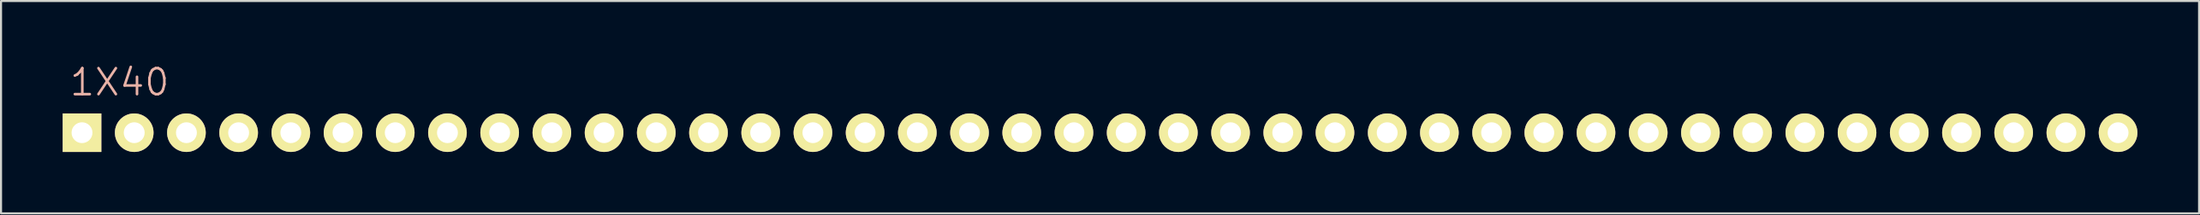
<source format=kicad_pcb>
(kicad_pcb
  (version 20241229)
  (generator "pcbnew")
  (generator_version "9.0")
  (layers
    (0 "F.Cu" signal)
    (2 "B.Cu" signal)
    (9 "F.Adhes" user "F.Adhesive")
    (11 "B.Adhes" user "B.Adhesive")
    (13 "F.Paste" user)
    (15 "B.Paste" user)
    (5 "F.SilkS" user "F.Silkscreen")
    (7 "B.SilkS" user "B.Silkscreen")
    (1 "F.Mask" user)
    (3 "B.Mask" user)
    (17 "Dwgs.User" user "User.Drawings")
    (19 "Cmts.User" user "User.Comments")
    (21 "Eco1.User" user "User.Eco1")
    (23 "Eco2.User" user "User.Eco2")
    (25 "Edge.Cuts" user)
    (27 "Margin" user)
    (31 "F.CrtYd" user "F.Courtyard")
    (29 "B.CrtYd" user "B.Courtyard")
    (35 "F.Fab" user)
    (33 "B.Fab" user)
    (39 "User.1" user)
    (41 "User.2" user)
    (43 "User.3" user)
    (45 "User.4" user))
  (footprint "1X40"
    (layer "F.Cu")
    (at 50.47 3.43)
    (property "Reference" "1X40" (at -47.701 -2.464 0) (layer "B.SilkS") (effects (font (size 1.27 1.27) (thickness 0.127))))
    (attr exclude_from_pos_files exclude_from_bom)
    (fp_line (start -49.784 -0.254) (end -49.276 -0.254) (stroke (width 0.066) (type solid)) (layer "F.SilkS"))
    (fp_line (start -49.784 0.254) (end -49.784 -0.254) (stroke (width 0.066) (type solid)) (layer "F.SilkS"))
    (fp_line (start -49.784 0.254) (end -49.276 0.254) (stroke (width 0.066) (type solid)) (layer "F.SilkS"))
    (fp_line (start -49.276 0.254) (end -49.276 -0.254) (stroke (width 0.066) (type solid)) (layer "F.SilkS"))
    (fp_line (start -47.244 -0.254) (end -46.736 -0.254) (stroke (width 0.066) (type solid)) (layer "F.SilkS"))
    (fp_line (start -47.244 0.254) (end -47.244 -0.254) (stroke (width 0.066) (type solid)) (layer "F.SilkS"))
    (fp_line (start -47.244 0.254) (end -46.736 0.254) (stroke (width 0.066) (type solid)) (layer "F.SilkS"))
    (fp_line (start -46.736 0.254) (end -46.736 -0.254) (stroke (width 0.066) (type solid)) (layer "F.SilkS"))
    (fp_line (start -44.704 -0.254) (end -44.196 -0.254) (stroke (width 0.066) (type solid)) (layer "F.SilkS"))
    (fp_line (start -44.704 0.254) (end -44.704 -0.254) (stroke (width 0.066) (type solid)) (layer "F.SilkS"))
    (fp_line (start -44.704 0.254) (end -44.196 0.254) (stroke (width 0.066) (type solid)) (layer "F.SilkS"))
    (fp_line (start -44.196 0.254) (end -44.196 -0.254) (stroke (width 0.066) (type solid)) (layer "F.SilkS"))
    (fp_line (start -42.164 -0.254) (end -41.656 -0.254) (stroke (width 0.066) (type solid)) (layer "F.SilkS"))
    (fp_line (start -42.164 0.254) (end -42.164 -0.254) (stroke (width 0.066) (type solid)) (layer "F.SilkS"))
    (fp_line (start -42.164 0.254) (end -41.656 0.254) (stroke (width 0.066) (type solid)) (layer "F.SilkS"))
    (fp_line (start -41.656 0.254) (end -41.656 -0.254) (stroke (width 0.066) (type solid)) (layer "F.SilkS"))
    (fp_line (start -39.624 -0.254) (end -39.116 -0.254) (stroke (width 0.066) (type solid)) (layer "F.SilkS"))
    (fp_line (start -39.624 0.254) (end -39.624 -0.254) (stroke (width 0.066) (type solid)) (layer "F.SilkS"))
    (fp_line (start -39.624 0.254) (end -39.116 0.254) (stroke (width 0.066) (type solid)) (layer "F.SilkS"))
    (fp_line (start -39.116 0.254) (end -39.116 -0.254) (stroke (width 0.066) (type solid)) (layer "F.SilkS"))
    (fp_line (start -37.084 -0.254) (end -36.576 -0.254) (stroke (width 0.066) (type solid)) (layer "F.SilkS"))
    (fp_line (start -37.084 0.254) (end -37.084 -0.254) (stroke (width 0.066) (type solid)) (layer "F.SilkS"))
    (fp_line (start -37.084 0.254) (end -36.576 0.254) (stroke (width 0.066) (type solid)) (layer "F.SilkS"))
    (fp_line (start -36.576 0.254) (end -36.576 -0.254) (stroke (width 0.066) (type solid)) (layer "F.SilkS"))
    (fp_line (start -34.544 -0.254) (end -34.036 -0.254) (stroke (width 0.066) (type solid)) (layer "F.SilkS"))
    (fp_line (start -34.544 0.254) (end -34.544 -0.254) (stroke (width 0.066) (type solid)) (layer "F.SilkS"))
    (fp_line (start -34.544 0.254) (end -34.036 0.254) (stroke (width 0.066) (type solid)) (layer "F.SilkS"))
    (fp_line (start -34.036 0.254) (end -34.036 -0.254) (stroke (width 0.066) (type solid)) (layer "F.SilkS"))
    (fp_line (start -32.004 -0.254) (end -31.496 -0.254) (stroke (width 0.066) (type solid)) (layer "F.SilkS"))
    (fp_line (start -32.004 0.254) (end -32.004 -0.254) (stroke (width 0.066) (type solid)) (layer "F.SilkS"))
    (fp_line (start -32.004 0.254) (end -31.496 0.254) (stroke (width 0.066) (type solid)) (layer "F.SilkS"))
    (fp_line (start -31.496 0.254) (end -31.496 -0.254) (stroke (width 0.066) (type solid)) (layer "F.SilkS"))
    (fp_line (start -29.464 -0.254) (end -28.953 -0.254) (stroke (width 0.066) (type solid)) (layer "F.SilkS"))
    (fp_line (start -29.464 0.254) (end -29.464 -0.254) (stroke (width 0.066) (type solid)) (layer "F.SilkS"))
    (fp_line (start -29.464 0.254) (end -28.953 0.254) (stroke (width 0.066) (type solid)) (layer "F.SilkS"))
    (fp_line (start -28.953 0.254) (end -28.953 -0.254) (stroke (width 0.066) (type solid)) (layer "F.SilkS"))
    (fp_line (start -26.924 -0.254) (end -26.416 -0.254) (stroke (width 0.066) (type solid)) (layer "F.SilkS"))
    (fp_line (start -26.924 0.254) (end -26.924 -0.254) (stroke (width 0.066) (type solid)) (layer "F.SilkS"))
    (fp_line (start -26.924 0.254) (end -26.416 0.254) (stroke (width 0.066) (type solid)) (layer "F.SilkS"))
    (fp_line (start -26.416 0.254) (end -26.416 -0.254) (stroke (width 0.066) (type solid)) (layer "F.SilkS"))
    (fp_line (start -24.384 -0.254) (end -23.876 -0.254) (stroke (width 0.066) (type solid)) (layer "F.SilkS"))
    (fp_line (start -24.384 0.254) (end -24.384 -0.254) (stroke (width 0.066) (type solid)) (layer "F.SilkS"))
    (fp_line (start -24.384 0.254) (end -23.876 0.254) (stroke (width 0.066) (type solid)) (layer "F.SilkS"))
    (fp_line (start -23.876 0.254) (end -23.876 -0.254) (stroke (width 0.066) (type solid)) (layer "F.SilkS"))
    (fp_line (start -21.844 -0.254) (end -21.336 -0.254) (stroke (width 0.066) (type solid)) (layer "F.SilkS"))
    (fp_line (start -21.844 0.254) (end -21.844 -0.254) (stroke (width 0.066) (type solid)) (layer "F.SilkS"))
    (fp_line (start -21.844 0.254) (end -21.336 0.254) (stroke (width 0.066) (type solid)) (layer "F.SilkS"))
    (fp_line (start -21.336 0.254) (end -21.336 -0.254) (stroke (width 0.066) (type solid)) (layer "F.SilkS"))
    (fp_line (start -19.304 -0.254) (end -18.796 -0.254) (stroke (width 0.066) (type solid)) (layer "F.SilkS"))
    (fp_line (start -19.304 0.254) (end -19.304 -0.254) (stroke (width 0.066) (type solid)) (layer "F.SilkS"))
    (fp_line (start -19.304 0.254) (end -18.796 0.254) (stroke (width 0.066) (type solid)) (layer "F.SilkS"))
    (fp_line (start -18.796 0.254) (end -18.796 -0.254) (stroke (width 0.066) (type solid)) (layer "F.SilkS"))
    (fp_line (start -16.764 -0.254) (end -16.256 -0.254) (stroke (width 0.066) (type solid)) (layer "F.SilkS"))
    (fp_line (start -16.764 0.254) (end -16.764 -0.254) (stroke (width 0.066) (type solid)) (layer "F.SilkS"))
    (fp_line (start -16.764 0.254) (end -16.256 0.254) (stroke (width 0.066) (type solid)) (layer "F.SilkS"))
    (fp_line (start -16.256 0.254) (end -16.256 -0.254) (stroke (width 0.066) (type solid)) (layer "F.SilkS"))
    (fp_line (start -14.224 -0.254) (end -13.716 -0.254) (stroke (width 0.066) (type solid)) (layer "F.SilkS"))
    (fp_line (start -14.224 0.254) (end -14.224 -0.254) (stroke (width 0.066) (type solid)) (layer "F.SilkS"))
    (fp_line (start -14.224 0.254) (end -13.716 0.254) (stroke (width 0.066) (type solid)) (layer "F.SilkS"))
    (fp_line (start -13.716 0.254) (end -13.716 -0.254) (stroke (width 0.066) (type solid)) (layer "F.SilkS"))
    (fp_line (start -11.684 -0.254) (end -11.176 -0.254) (stroke (width 0.066) (type solid)) (layer "F.SilkS"))
    (fp_line (start -11.684 0.254) (end -11.684 -0.254) (stroke (width 0.066) (type solid)) (layer "F.SilkS"))
    (fp_line (start -11.684 0.254) (end -11.176 0.254) (stroke (width 0.066) (type solid)) (layer "F.SilkS"))
    (fp_line (start -11.176 0.254) (end -11.176 -0.254) (stroke (width 0.066) (type solid)) (layer "F.SilkS"))
    (fp_line (start -9.144 -0.254) (end -8.636 -0.254) (stroke (width 0.066) (type solid)) (layer "F.SilkS"))
    (fp_line (start -9.144 0.254) (end -9.144 -0.254) (stroke (width 0.066) (type solid)) (layer "F.SilkS"))
    (fp_line (start -9.144 0.254) (end -8.636 0.254) (stroke (width 0.066) (type solid)) (layer "F.SilkS"))
    (fp_line (start -8.636 0.254) (end -8.636 -0.254) (stroke (width 0.066) (type solid)) (layer "F.SilkS"))
    (fp_line (start -6.604 -0.254) (end -6.096 -0.254) (stroke (width 0.066) (type solid)) (layer "F.SilkS"))
    (fp_line (start -6.604 0.254) (end -6.604 -0.254) (stroke (width 0.066) (type solid)) (layer "F.SilkS"))
    (fp_line (start -6.604 0.254) (end -6.096 0.254) (stroke (width 0.066) (type solid)) (layer "F.SilkS"))
    (fp_line (start -6.096 0.254) (end -6.096 -0.254) (stroke (width 0.066) (type solid)) (layer "F.SilkS"))
    (fp_line (start -4.064 -0.254) (end -3.556 -0.254) (stroke (width 0.066) (type solid)) (layer "F.SilkS"))
    (fp_line (start -4.064 0.254) (end -4.064 -0.254) (stroke (width 0.066) (type solid)) (layer "F.SilkS"))
    (fp_line (start -4.064 0.254) (end -3.556 0.254) (stroke (width 0.066) (type solid)) (layer "F.SilkS"))
    (fp_line (start -3.556 0.254) (end -3.556 -0.254) (stroke (width 0.066) (type solid)) (layer "F.SilkS"))
    (fp_line (start -1.524 -0.254) (end -1.016 -0.254) (stroke (width 0.066) (type solid)) (layer "F.SilkS"))
    (fp_line (start -1.524 0.254) (end -1.524 -0.254) (stroke (width 0.066) (type solid)) (layer "F.SilkS"))
    (fp_line (start -1.524 0.254) (end -1.016 0.254) (stroke (width 0.066) (type solid)) (layer "F.SilkS"))
    (fp_line (start -1.016 0.254) (end -1.016 -0.254) (stroke (width 0.066) (type solid)) (layer "F.SilkS"))
    (fp_line (start 1.016 -0.254) (end 1.524 -0.254) (stroke (width 0.066) (type solid)) (layer "F.SilkS"))
    (fp_line (start 1.016 0.254) (end 1.016 -0.254) (stroke (width 0.066) (type solid)) (layer "F.SilkS"))
    (fp_line (start 1.016 0.254) (end 1.524 0.254) (stroke (width 0.066) (type solid)) (layer "F.SilkS"))
    (fp_line (start 1.524 0.254) (end 1.524 -0.254) (stroke (width 0.066) (type solid)) (layer "F.SilkS"))
    (fp_line (start 3.556 -0.254) (end 4.064 -0.254) (stroke (width 0.066) (type solid)) (layer "F.SilkS"))
    (fp_line (start 3.556 0.254) (end 3.556 -0.254) (stroke (width 0.066) (type solid)) (layer "F.SilkS"))
    (fp_line (start 3.556 0.254) (end 4.064 0.254) (stroke (width 0.066) (type solid)) (layer "F.SilkS"))
    (fp_line (start 4.064 0.254) (end 4.064 -0.254) (stroke (width 0.066) (type solid)) (layer "F.SilkS"))
    (fp_line (start 6.096 -0.254) (end 6.604 -0.254) (stroke (width 0.066) (type solid)) (layer "F.SilkS"))
    (fp_line (start 6.096 0.254) (end 6.096 -0.254) (stroke (width 0.066) (type solid)) (layer "F.SilkS"))
    (fp_line (start 6.096 0.254) (end 6.604 0.254) (stroke (width 0.066) (type solid)) (layer "F.SilkS"))
    (fp_line (start 6.604 0.254) (end 6.604 -0.254) (stroke (width 0.066) (type solid)) (layer "F.SilkS"))
    (fp_line (start 8.636 -0.254) (end 9.144 -0.254) (stroke (width 0.066) (type solid)) (layer "F.SilkS"))
    (fp_line (start 8.636 0.254) (end 8.636 -0.254) (stroke (width 0.066) (type solid)) (layer "F.SilkS"))
    (fp_line (start 8.636 0.254) (end 9.144 0.254) (stroke (width 0.066) (type solid)) (layer "F.SilkS"))
    (fp_line (start 9.144 0.254) (end 9.144 -0.254) (stroke (width 0.066) (type solid)) (layer "F.SilkS"))
    (fp_line (start 11.176 -0.254) (end 11.684 -0.254) (stroke (width 0.066) (type solid)) (layer "F.SilkS"))
    (fp_line (start 11.176 0.254) (end 11.176 -0.254) (stroke (width 0.066) (type solid)) (layer "F.SilkS"))
    (fp_line (start 11.176 0.254) (end 11.684 0.254) (stroke (width 0.066) (type solid)) (layer "F.SilkS"))
    (fp_line (start 11.684 0.254) (end 11.684 -0.254) (stroke (width 0.066) (type solid)) (layer "F.SilkS"))
    (fp_line (start 13.716 -0.254) (end 14.224 -0.254) (stroke (width 0.066) (type solid)) (layer "F.SilkS"))
    (fp_line (start 13.716 0.254) (end 13.716 -0.254) (stroke (width 0.066) (type solid)) (layer "F.SilkS"))
    (fp_line (start 13.716 0.254) (end 14.224 0.254) (stroke (width 0.066) (type solid)) (layer "F.SilkS"))
    (fp_line (start 14.224 0.254) (end 14.224 -0.254) (stroke (width 0.066) (type solid)) (layer "F.SilkS"))
    (fp_line (start 16.256 -0.254) (end 16.764 -0.254) (stroke (width 0.066) (type solid)) (layer "F.SilkS"))
    (fp_line (start 16.256 0.254) (end 16.256 -0.254) (stroke (width 0.066) (type solid)) (layer "F.SilkS"))
    (fp_line (start 16.256 0.254) (end 16.764 0.254) (stroke (width 0.066) (type solid)) (layer "F.SilkS"))
    (fp_line (start 16.764 0.254) (end 16.764 -0.254) (stroke (width 0.066) (type solid)) (layer "F.SilkS"))
    (fp_line (start 18.796 -0.254) (end 19.304 -0.254) (stroke (width 0.066) (type solid)) (layer "F.SilkS"))
    (fp_line (start 18.796 0.254) (end 18.796 -0.254) (stroke (width 0.066) (type solid)) (layer "F.SilkS"))
    (fp_line (start 18.796 0.254) (end 19.304 0.254) (stroke (width 0.066) (type solid)) (layer "F.SilkS"))
    (fp_line (start 19.304 0.254) (end 19.304 -0.254) (stroke (width 0.066) (type solid)) (layer "F.SilkS"))
    (fp_line (start 21.336 -0.254) (end 21.844 -0.254) (stroke (width 0.066) (type solid)) (layer "F.SilkS"))
    (fp_line (start 21.336 0.254) (end 21.336 -0.254) (stroke (width 0.066) (type solid)) (layer "F.SilkS"))
    (fp_line (start 21.336 0.254) (end 21.844 0.254) (stroke (width 0.066) (type solid)) (layer "F.SilkS"))
    (fp_line (start 21.844 0.254) (end 21.844 -0.254) (stroke (width 0.066) (type solid)) (layer "F.SilkS"))
    (fp_line (start 23.876 -0.254) (end 24.384 -0.254) (stroke (width 0.066) (type solid)) (layer "F.SilkS"))
    (fp_line (start 23.876 0.254) (end 23.876 -0.254) (stroke (width 0.066) (type solid)) (layer "F.SilkS"))
    (fp_line (start 23.876 0.254) (end 24.384 0.254) (stroke (width 0.066) (type solid)) (layer "F.SilkS"))
    (fp_line (start 24.384 0.254) (end 24.384 -0.254) (stroke (width 0.066) (type solid)) (layer "F.SilkS"))
    (fp_line (start 26.416 -0.254) (end 26.924 -0.254) (stroke (width 0.066) (type solid)) (layer "F.SilkS"))
    (fp_line (start 26.416 0.254) (end 26.416 -0.254) (stroke (width 0.066) (type solid)) (layer "F.SilkS"))
    (fp_line (start 26.416 0.254) (end 26.924 0.254) (stroke (width 0.066) (type solid)) (layer "F.SilkS"))
    (fp_line (start 26.924 0.254) (end 26.924 -0.254) (stroke (width 0.066) (type solid)) (layer "F.SilkS"))
    (fp_line (start 28.953 -0.254) (end 29.464 -0.254) (stroke (width 0.066) (type solid)) (layer "F.SilkS"))
    (fp_line (start 28.953 0.254) (end 28.953 -0.254) (stroke (width 0.066) (type solid)) (layer "F.SilkS"))
    (fp_line (start 28.953 0.254) (end 29.464 0.254) (stroke (width 0.066) (type solid)) (layer "F.SilkS"))
    (fp_line (start 29.464 0.254) (end 29.464 -0.254) (stroke (width 0.066) (type solid)) (layer "F.SilkS"))
    (fp_line (start 31.496 -0.254) (end 32.004 -0.254) (stroke (width 0.066) (type solid)) (layer "F.SilkS"))
    (fp_line (start 31.496 0.254) (end 31.496 -0.254) (stroke (width 0.066) (type solid)) (layer "F.SilkS"))
    (fp_line (start 31.496 0.254) (end 32.004 0.254) (stroke (width 0.066) (type solid)) (layer "F.SilkS"))
    (fp_line (start 32.004 0.254) (end 32.004 -0.254) (stroke (width 0.066) (type solid)) (layer "F.SilkS"))
    (fp_line (start 34.036 -0.254) (end 34.544 -0.254) (stroke (width 0.066) (type solid)) (layer "F.SilkS"))
    (fp_line (start 34.036 0.254) (end 34.036 -0.254) (stroke (width 0.066) (type solid)) (layer "F.SilkS"))
    (fp_line (start 34.036 0.254) (end 34.544 0.254) (stroke (width 0.066) (type solid)) (layer "F.SilkS"))
    (fp_line (start 34.544 0.254) (end 34.544 -0.254) (stroke (width 0.066) (type solid)) (layer "F.SilkS"))
    (fp_line (start 36.576 -0.254) (end 37.084 -0.254) (stroke (width 0.066) (type solid)) (layer "F.SilkS"))
    (fp_line (start 36.576 0.254) (end 36.576 -0.254) (stroke (width 0.066) (type solid)) (layer "F.SilkS"))
    (fp_line (start 36.576 0.254) (end 37.084 0.254) (stroke (width 0.066) (type solid)) (layer "F.SilkS"))
    (fp_line (start 37.084 0.254) (end 37.084 -0.254) (stroke (width 0.066) (type solid)) (layer "F.SilkS"))
    (fp_line (start 39.116 -0.254) (end 39.624 -0.254) (stroke (width 0.066) (type solid)) (layer "F.SilkS"))
    (fp_line (start 39.116 0.254) (end 39.116 -0.254) (stroke (width 0.066) (type solid)) (layer "F.SilkS"))
    (fp_line (start 39.116 0.254) (end 39.624 0.254) (stroke (width 0.066) (type solid)) (layer "F.SilkS"))
    (fp_line (start 39.624 0.254) (end 39.624 -0.254) (stroke (width 0.066) (type solid)) (layer "F.SilkS"))
    (fp_line (start 41.656 -0.254) (end 42.164 -0.254) (stroke (width 0.066) (type solid)) (layer "F.SilkS"))
    (fp_line (start 41.656 0.254) (end 41.656 -0.254) (stroke (width 0.066) (type solid)) (layer "F.SilkS"))
    (fp_line (start 41.656 0.254) (end 42.164 0.254) (stroke (width 0.066) (type solid)) (layer "F.SilkS"))
    (fp_line (start 42.164 0.254) (end 42.164 -0.254) (stroke (width 0.066) (type solid)) (layer "F.SilkS"))
    (fp_line (start 44.196 -0.254) (end 44.704 -0.254) (stroke (width 0.066) (type solid)) (layer "F.SilkS"))
    (fp_line (start 44.196 0.254) (end 44.196 -0.254) (stroke (width 0.066) (type solid)) (layer "F.SilkS"))
    (fp_line (start 44.196 0.254) (end 44.704 0.254) (stroke (width 0.066) (type solid)) (layer "F.SilkS"))
    (fp_line (start 44.704 0.254) (end 44.704 -0.254) (stroke (width 0.066) (type solid)) (layer "F.SilkS"))
    (fp_line (start 46.736 -0.254) (end 47.244 -0.254) (stroke (width 0.066) (type solid)) (layer "F.SilkS"))
    (fp_line (start 46.736 0.254) (end 46.736 -0.254) (stroke (width 0.066) (type solid)) (layer "F.SilkS"))
    (fp_line (start 46.736 0.254) (end 47.244 0.254) (stroke (width 0.066) (type solid)) (layer "F.SilkS"))
    (fp_line (start 47.244 0.254) (end 47.244 -0.254) (stroke (width 0.066) (type solid)) (layer "F.SilkS"))
    (fp_line (start 49.276 -0.254) (end 49.784 -0.254) (stroke (width 0.066) (type solid)) (layer "F.SilkS"))
    (fp_line (start 49.276 0.254) (end 49.276 -0.254) (stroke (width 0.066) (type solid)) (layer "F.SilkS"))
    (fp_line (start 49.276 0.254) (end 49.784 0.254) (stroke (width 0.066) (type solid)) (layer "F.SilkS"))
    (fp_line (start 49.784 0.254) (end 49.784 -0.254) (stroke (width 0.066) (type solid)) (layer "F.SilkS"))
    (pad "1" thru_hole rect (at -49.53 0) (size 1.88 1.88) (drill 1.016) (layers "*.Cu" "F.Mask" "F.SilkS" "F.Paste"))
    (pad "2" thru_hole circle (at -46.99 0) (size 1.88 1.88) (drill 1.016) (layers "*.Cu" "F.Mask" "F.SilkS" "F.Paste"))
    (pad "3" thru_hole circle (at -44.45 0) (size 1.88 1.88) (drill 1.016) (layers "*.Cu" "F.Mask" "F.SilkS" "F.Paste"))
    (pad "4" thru_hole circle (at -41.91 0) (size 1.88 1.88) (drill 1.016) (layers "*.Cu" "F.Mask" "F.SilkS" "F.Paste"))
    (pad "5" thru_hole circle (at -39.37 0) (size 1.88 1.88) (drill 1.016) (layers "*.Cu" "F.Mask" "F.SilkS" "F.Paste"))
    (pad "6" thru_hole circle (at -36.83 0) (size 1.88 1.88) (drill 1.016) (layers "*.Cu" "F.Mask" "F.SilkS" "F.Paste"))
    (pad "7" thru_hole circle (at -34.29 0) (size 1.88 1.88) (drill 1.016) (layers "*.Cu" "F.Mask" "F.SilkS" "F.Paste"))
    (pad "8" thru_hole circle (at -31.75 0) (size 1.88 1.88) (drill 1.016) (layers "*.Cu" "F.Mask" "F.SilkS" "F.Paste"))
    (pad "9" thru_hole circle (at -29.21 0) (size 1.88 1.88) (drill 1.016) (layers "*.Cu" "F.Mask" "F.SilkS" "F.Paste"))
    (pad "10" thru_hole circle (at -26.67 0) (size 1.88 1.88) (drill 1.016) (layers "*.Cu" "F.Mask" "F.SilkS" "F.Paste"))
    (pad "11" thru_hole circle (at -24.13 0) (size 1.88 1.88) (drill 1.016) (layers "*.Cu" "F.Mask" "F.SilkS" "F.Paste"))
    (pad "12" thru_hole circle (at -21.59 0) (size 1.88 1.88) (drill 1.016) (layers "*.Cu" "F.Mask" "F.SilkS" "F.Paste"))
    (pad "13" thru_hole circle (at -19.05 0) (size 1.88 1.88) (drill 1.016) (layers "*.Cu" "F.Mask" "F.SilkS" "F.Paste"))
    (pad "14" thru_hole circle (at -16.51 0) (size 1.88 1.88) (drill 1.016) (layers "*.Cu" "F.Mask" "F.SilkS" "F.Paste"))
    (pad "15" thru_hole circle (at -13.97 0) (size 1.88 1.88) (drill 1.016) (layers "*.Cu" "F.Mask" "F.SilkS" "F.Paste"))
    (pad "16" thru_hole circle (at -11.43 0) (size 1.88 1.88) (drill 1.016) (layers "*.Cu" "F.Mask" "F.SilkS" "F.Paste"))
    (pad "17" thru_hole circle (at -8.89 0) (size 1.88 1.88) (drill 1.016) (layers "*.Cu" "F.Mask" "F.SilkS" "F.Paste"))
    (pad "18" thru_hole circle (at -6.35 0) (size 1.88 1.88) (drill 1.016) (layers "*.Cu" "F.Mask" "F.SilkS" "F.Paste"))
    (pad "19" thru_hole circle (at -3.81 0) (size 1.88 1.88) (drill 1.016) (layers "*.Cu" "F.Mask" "F.SilkS" "F.Paste"))
    (pad "20" thru_hole circle (at -1.27 0) (size 1.88 1.88) (drill 1.016) (layers "*.Cu" "F.Mask" "F.SilkS" "F.Paste"))
    (pad "21" thru_hole circle (at 1.27 0) (size 1.88 1.88) (drill 1.016) (layers "*.Cu" "F.Mask" "F.SilkS" "F.Paste"))
    (pad "22" thru_hole circle (at 3.81 0) (size 1.88 1.88) (drill 1.016) (layers "*.Cu" "F.Mask" "F.SilkS" "F.Paste"))
    (pad "23" thru_hole circle (at 6.35 0) (size 1.88 1.88) (drill 1.016) (layers "*.Cu" "F.Mask" "F.SilkS" "F.Paste"))
    (pad "24" thru_hole circle (at 8.89 0) (size 1.88 1.88) (drill 1.016) (layers "*.Cu" "F.Mask" "F.SilkS" "F.Paste"))
    (pad "25" thru_hole circle (at 11.43 0) (size 1.88 1.88) (drill 1.016) (layers "*.Cu" "F.Mask" "F.SilkS" "F.Paste"))
    (pad "26" thru_hole circle (at 13.97 0) (size 1.88 1.88) (drill 1.016) (layers "*.Cu" "F.Mask" "F.SilkS" "F.Paste"))
    (pad "27" thru_hole circle (at 16.51 0) (size 1.88 1.88) (drill 1.016) (layers "*.Cu" "F.Mask" "F.SilkS" "F.Paste"))
    (pad "28" thru_hole circle (at 19.05 0) (size 1.88 1.88) (drill 1.016) (layers "*.Cu" "F.Mask" "F.SilkS" "F.Paste"))
    (pad "29" thru_hole circle (at 21.59 0) (size 1.88 1.88) (drill 1.016) (layers "*.Cu" "F.Mask" "F.SilkS" "F.Paste"))
    (pad "30" thru_hole circle (at 24.13 0) (size 1.88 1.88) (drill 1.016) (layers "*.Cu" "F.Mask" "F.SilkS" "F.Paste"))
    (pad "31" thru_hole circle (at 26.67 0) (size 1.88 1.88) (drill 1.016) (layers "*.Cu" "F.Mask" "F.SilkS" "F.Paste"))
    (pad "32" thru_hole circle (at 29.21 0) (size 1.88 1.88) (drill 1.016) (layers "*.Cu" "F.Mask" "F.SilkS" "F.Paste"))
    (pad "33" thru_hole circle (at 31.75 0) (size 1.88 1.88) (drill 1.016) (layers "*.Cu" "F.Mask" "F.SilkS" "F.Paste"))
    (pad "34" thru_hole circle (at 34.29 0) (size 1.88 1.88) (drill 1.016) (layers "*.Cu" "F.Mask" "F.SilkS" "F.Paste"))
    (pad "35" thru_hole circle (at 36.83 0) (size 1.88 1.88) (drill 1.016) (layers "*.Cu" "F.Mask" "F.SilkS" "F.Paste"))
    (pad "36" thru_hole circle (at 39.37 0) (size 1.88 1.88) (drill 1.016) (layers "*.Cu" "F.Mask" "F.SilkS" "F.Paste"))
    (pad "37" thru_hole circle (at 41.91 0) (size 1.88 1.88) (drill 1.016) (layers "*.Cu" "F.Mask" "F.SilkS" "F.Paste"))
    (pad "38" thru_hole circle (at 44.45 0) (size 1.88 1.88) (drill 1.016) (layers "*.Cu" "F.Mask" "F.SilkS" "F.Paste"))
    (pad "39" thru_hole circle (at 46.99 0) (size 1.88 1.88) (drill 1.016) (layers "*.Cu" "F.Mask" "F.SilkS" "F.Paste"))
    (pad "40" thru_hole circle (at 49.53 0) (size 1.88 1.88) (drill 1.016) (layers "*.Cu" "F.Mask" "F.SilkS" "F.Paste")))
  (gr_rect
    (start -3 -3)
    (end 103.94 7.369)
    (stroke (width 0.1) (type default))
    (fill no)
    (layer "Edge.Cuts")))
</source>
